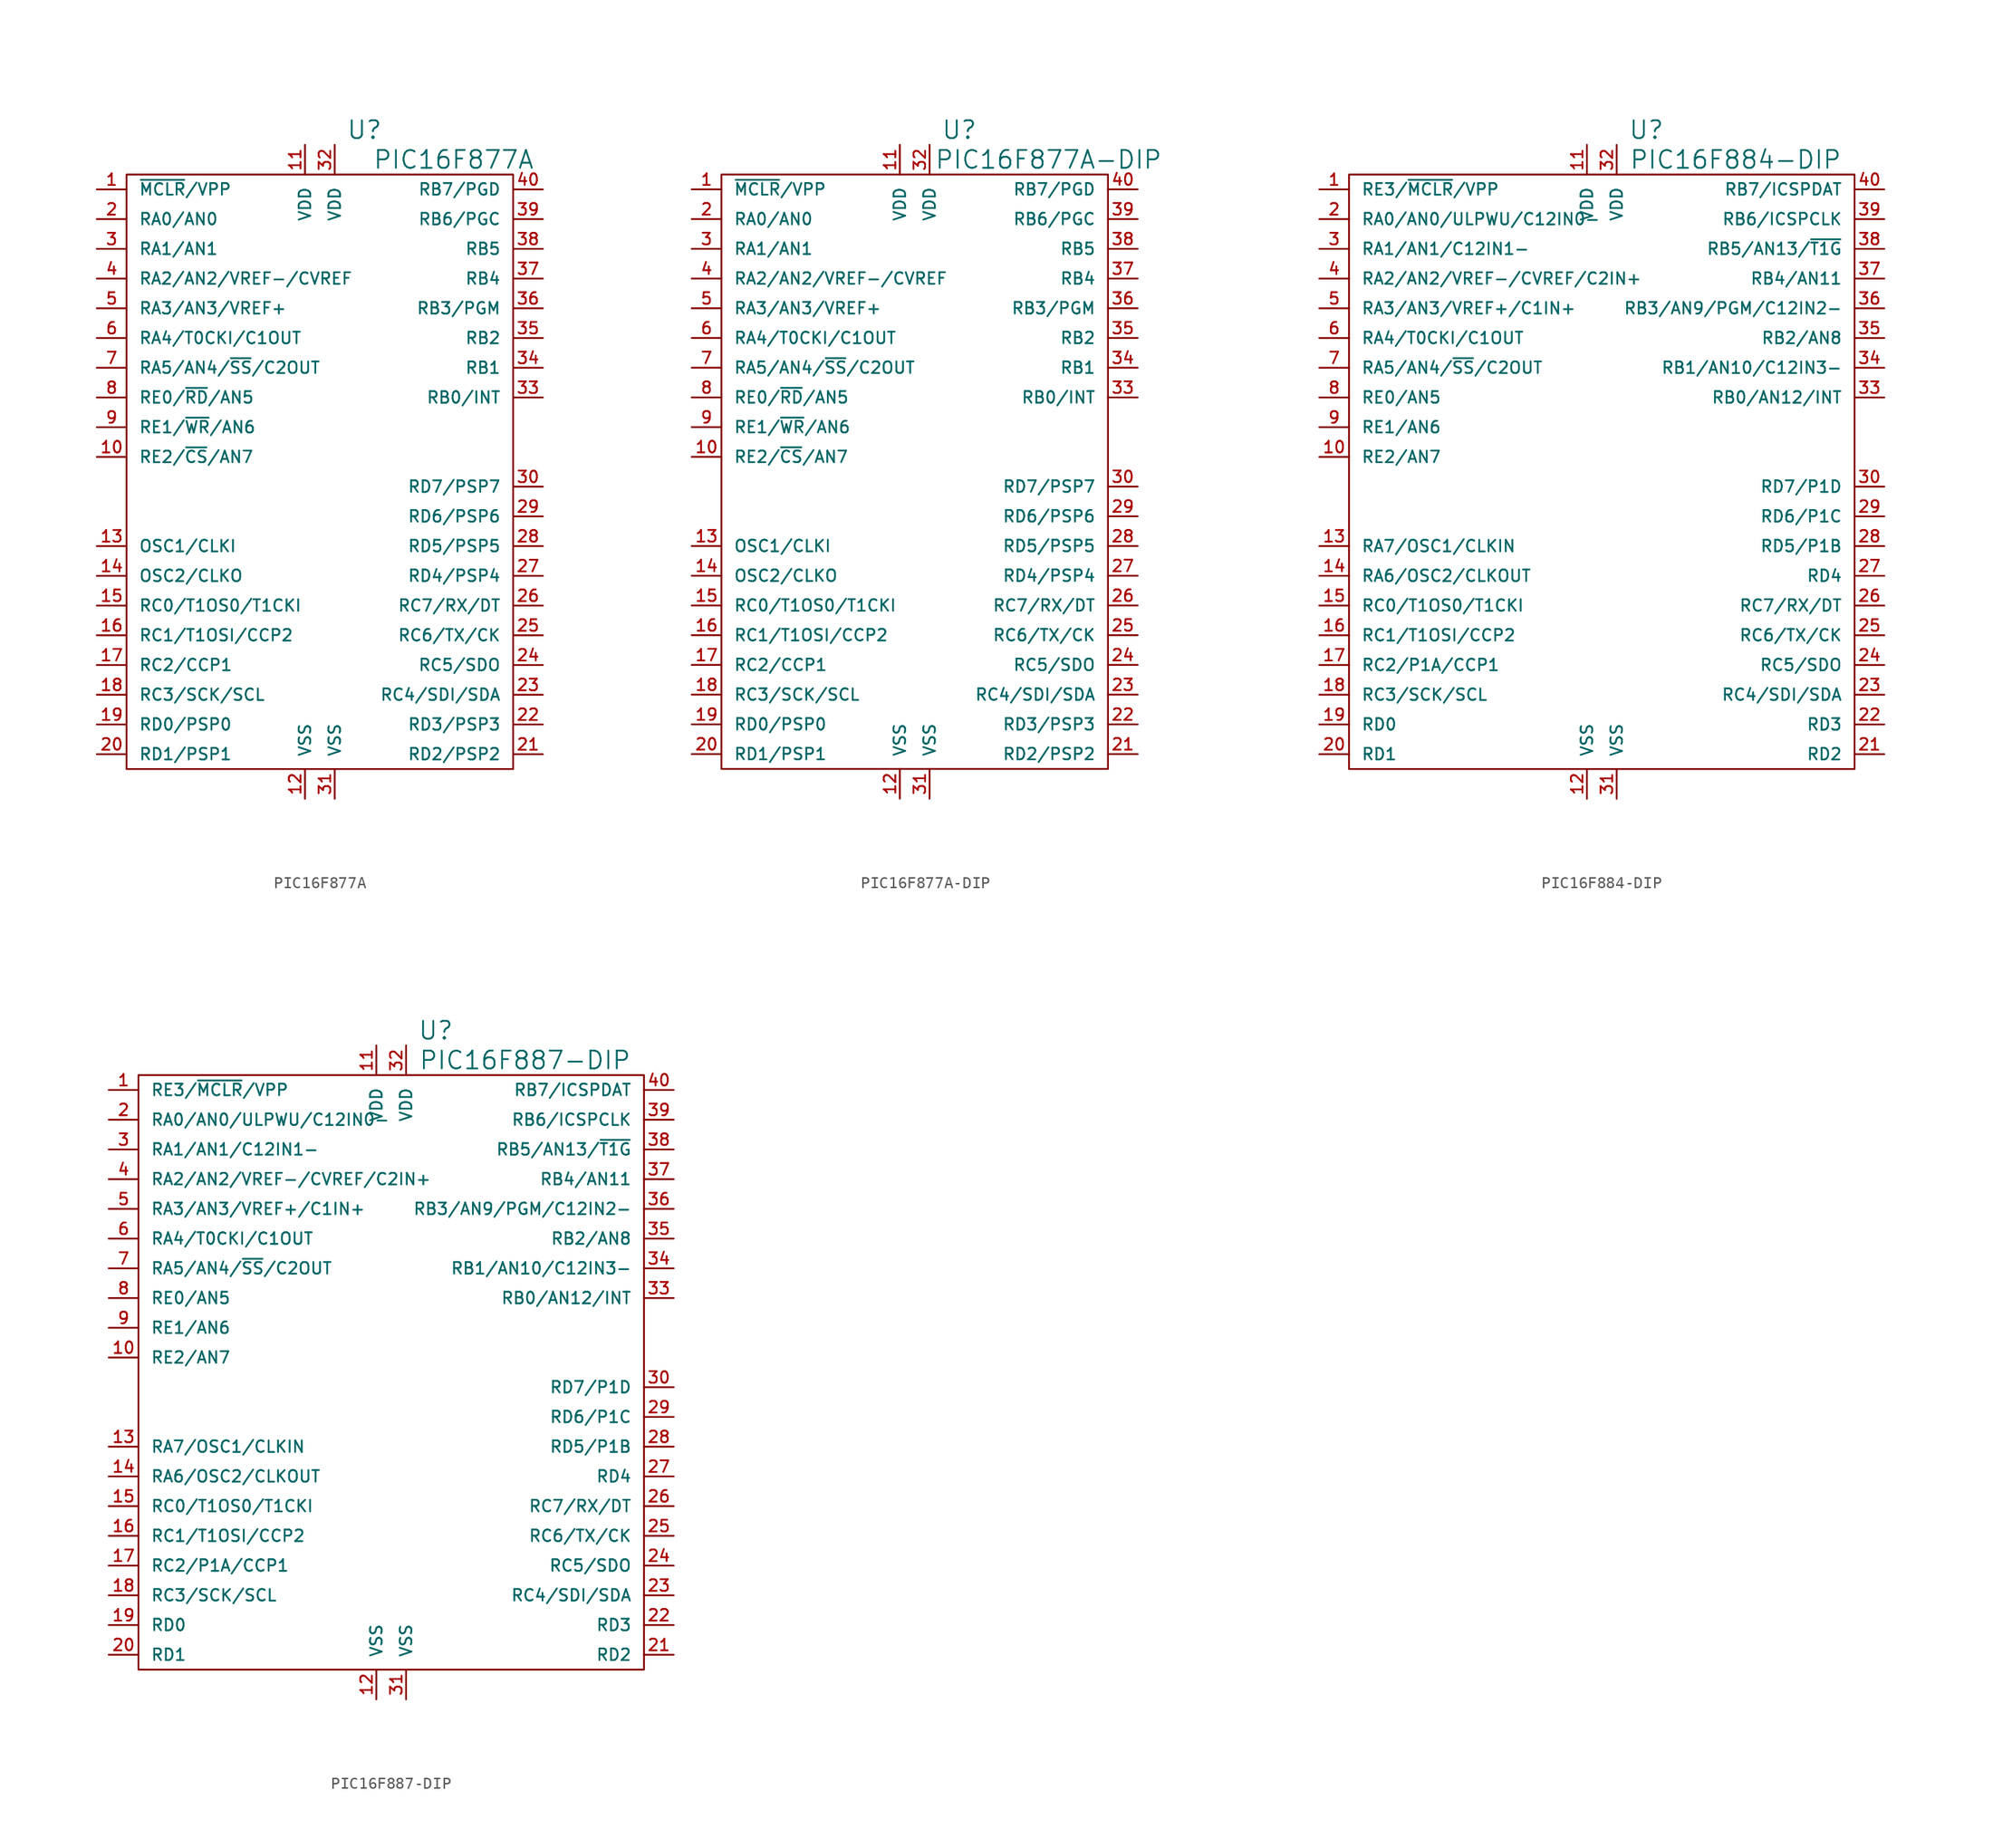
<source format=kicad_sym>
(kicad_symbol_lib
  (version 20220914)
  (generator kicad_symbol_editor)
  (symbol "PIC16F877A"
    (pin_names
      (offset 1.016))
    (property "Reference" "U"
      (at 3.81 29.21 0)
      (effects (font (size 1.524 1.524))))
    (property "Value" "PIC16F877A"
      (at 11.43 26.67 0)
      (effects (font (size 1.524 1.524))))
    (property "Footprint" ""
      (at 0 0 0)
      (effects (font (size 1.524 1.524))))
    (property "Datasheet" ""
      (at 0 0 0)
      (effects (font (size 1.524 1.524))))
    (symbol "PIC16F877A_0_1"
      (rectangle (start -16.51 25.4) (end 16.51 -25.4) (stroke (width 0) (type solid)) (fill (type none))))
    (symbol "PIC16F877A_1_1"
      (pin passive line (at -19.05 24.13 0) (length 2.54) (name "~{MCLR}/VPP" (effects (font (size 0.991 0.991)))) (number "1" (effects (font (size 0.991 0.991)))))
      (pin passive line (at -19.05 1.27 0) (length 2.54) (name "RE2/~{CS}/AN7" (effects (font (size 0.991 0.991)))) (number "10" (effects (font (size 0.991 0.991)))))
      (pin passive line (at -1.27 27.94 270) (length 2.54) (name "VDD" (effects (font (size 0.991 0.991)))) (number "11" (effects (font (size 0.991 0.991)))))
      (pin passive line (at -1.27 -27.94 90) (length 2.54) (name "VSS" (effects (font (size 0.991 0.991)))) (number "12" (effects (font (size 0.991 0.991)))))
      (pin passive line (at -19.05 -6.35 0) (length 2.54) (name "OSC1/CLKI" (effects (font (size 0.991 0.991)))) (number "13" (effects (font (size 0.991 0.991)))))
      (pin passive line (at -19.05 -8.89 0) (length 2.54) (name "OSC2/CLKO" (effects (font (size 0.991 0.991)))) (number "14" (effects (font (size 0.991 0.991)))))
      (pin passive line (at -19.05 -11.43 0) (length 2.54) (name "RC0/T1OS0/T1CKI" (effects (font (size 0.991 0.991)))) (number "15" (effects (font (size 0.991 0.991)))))
      (pin passive line (at -19.05 -13.97 0) (length 2.54) (name "RC1/T1OSI/CCP2" (effects (font (size 0.991 0.991)))) (number "16" (effects (font (size 0.991 0.991)))))
      (pin passive line (at -19.05 -16.51 0) (length 2.54) (name "RC2/CCP1" (effects (font (size 0.991 0.991)))) (number "17" (effects (font (size 0.991 0.991)))))
      (pin passive line (at -19.05 -19.05 0) (length 2.54) (name "RC3/SCK/SCL" (effects (font (size 0.991 0.991)))) (number "18" (effects (font (size 0.991 0.991)))))
      (pin passive line (at -19.05 -21.59 0) (length 2.54) (name "RD0/PSP0" (effects (font (size 0.991 0.991)))) (number "19" (effects (font (size 0.991 0.991)))))
      (pin passive line (at -19.05 21.59 0) (length 2.54) (name "RA0/AN0" (effects (font (size 0.991 0.991)))) (number "2" (effects (font (size 0.991 0.991)))))
      (pin passive line (at -19.05 -24.13 0) (length 2.54) (name "RD1/PSP1" (effects (font (size 0.991 0.991)))) (number "20" (effects (font (size 0.991 0.991)))))
      (pin passive line (at 19.05 -24.13 180) (length 2.54) (name "RD2/PSP2" (effects (font (size 0.991 0.991)))) (number "21" (effects (font (size 0.991 0.991)))))
      (pin passive line (at 19.05 -21.59 180) (length 2.54) (name "RD3/PSP3" (effects (font (size 0.991 0.991)))) (number "22" (effects (font (size 0.991 0.991)))))
      (pin passive line (at 19.05 -19.05 180) (length 2.54) (name "RC4/SDI/SDA" (effects (font (size 0.991 0.991)))) (number "23" (effects (font (size 0.991 0.991)))))
      (pin passive line (at 19.05 -16.51 180) (length 2.54) (name "RC5/SDO" (effects (font (size 0.991 0.991)))) (number "24" (effects (font (size 0.991 0.991)))))
      (pin passive line (at 19.05 -13.97 180) (length 2.54) (name "RC6/TX/CK" (effects (font (size 0.991 0.991)))) (number "25" (effects (font (size 0.991 0.991)))))
      (pin passive line (at 19.05 -11.43 180) (length 2.54) (name "RC7/RX/DT" (effects (font (size 0.991 0.991)))) (number "26" (effects (font (size 0.991 0.991)))))
      (pin passive line (at 19.05 -8.89 180) (length 2.54) (name "RD4/PSP4" (effects (font (size 0.991 0.991)))) (number "27" (effects (font (size 0.991 0.991)))))
      (pin passive line (at 19.05 -6.35 180) (length 2.54) (name "RD5/PSP5" (effects (font (size 0.991 0.991)))) (number "28" (effects (font (size 0.991 0.991)))))
      (pin passive line (at 19.05 -3.81 180) (length 2.54) (name "RD6/PSP6" (effects (font (size 0.991 0.991)))) (number "29" (effects (font (size 0.991 0.991)))))
      (pin passive line (at -19.05 19.05 0) (length 2.54) (name "RA1/AN1" (effects (font (size 0.991 0.991)))) (number "3" (effects (font (size 0.991 0.991)))))
      (pin passive line (at 19.05 -1.27 180) (length 2.54) (name "RD7/PSP7" (effects (font (size 0.991 0.991)))) (number "30" (effects (font (size 0.991 0.991)))))
      (pin passive line (at 1.27 -27.94 90) (length 2.54) (name "VSS" (effects (font (size 0.991 0.991)))) (number "31" (effects (font (size 0.991 0.991)))))
      (pin passive line (at 1.27 27.94 270) (length 2.54) (name "VDD" (effects (font (size 0.991 0.991)))) (number "32" (effects (font (size 0.991 0.991)))))
      (pin passive line (at 19.05 6.35 180) (length 2.54) (name "RB0/INT" (effects (font (size 0.991 0.991)))) (number "33" (effects (font (size 0.991 0.991)))))
      (pin passive line (at 19.05 8.89 180) (length 2.54) (name "RB1" (effects (font (size 0.991 0.991)))) (number "34" (effects (font (size 0.991 0.991)))))
      (pin passive line (at 19.05 11.43 180) (length 2.54) (name "RB2" (effects (font (size 0.991 0.991)))) (number "35" (effects (font (size 0.991 0.991)))))
      (pin passive line (at 19.05 13.97 180) (length 2.54) (name "RB3/PGM" (effects (font (size 0.991 0.991)))) (number "36" (effects (font (size 0.991 0.991)))))
      (pin passive line (at 19.05 16.51 180) (length 2.54) (name "RB4" (effects (font (size 0.991 0.991)))) (number "37" (effects (font (size 0.991 0.991)))))
      (pin passive line (at 19.05 19.05 180) (length 2.54) (name "RB5" (effects (font (size 0.991 0.991)))) (number "38" (effects (font (size 0.991 0.991)))))
      (pin passive line (at 19.05 21.59 180) (length 2.54) (name "RB6/PGC" (effects (font (size 0.991 0.991)))) (number "39" (effects (font (size 0.991 0.991)))))
      (pin passive line (at -19.05 16.51 0) (length 2.54) (name "RA2/AN2/VREF-/CVREF" (effects (font (size 0.991 0.991)))) (number "4" (effects (font (size 0.991 0.991)))))
      (pin passive line (at 19.05 24.13 180) (length 2.54) (name "RB7/PGD" (effects (font (size 0.991 0.991)))) (number "40" (effects (font (size 0.991 0.991)))))
      (pin passive line (at -19.05 13.97 0) (length 2.54) (name "RA3/AN3/VREF+" (effects (font (size 0.991 0.991)))) (number "5" (effects (font (size 0.991 0.991)))))
      (pin passive line (at -19.05 11.43 0) (length 2.54) (name "RA4/T0CKI/C1OUT" (effects (font (size 0.991 0.991)))) (number "6" (effects (font (size 0.991 0.991)))))
      (pin passive line (at -19.05 8.89 0) (length 2.54) (name "RA5/AN4/~{SS}/C2OUT" (effects (font (size 0.991 0.991)))) (number "7" (effects (font (size 0.991 0.991)))))
      (pin passive line (at -19.05 6.35 0) (length 2.54) (name "RE0/~{RD}/AN5" (effects (font (size 0.991 0.991)))) (number "8" (effects (font (size 0.991 0.991)))))
      (pin passive line (at -19.05 3.81 0) (length 2.54) (name "RE1/~{WR}/AN6" (effects (font (size 0.991 0.991)))) (number "9" (effects (font (size 0.991 0.991)))))))
  (symbol "PIC16F877A-DIP"
    (pin_names
      (offset 1.016))
    (property "Reference" "U"
      (at 3.81 29.21 0)
      (effects (font (size 1.524 1.524))))
    (property "Value" "PIC16F877A-DIP"
      (at 11.43 26.67 0)
      (effects (font (size 1.524 1.524))))
    (property "Footprint" ""
      (at 0 0 0)
      (effects (font (size 1.524 1.524))))
    (property "Datasheet" ""
      (at 0 0 0)
      (effects (font (size 1.524 1.524))))
    (symbol "PIC16F877A-DIP_0_1"
      (rectangle (start -16.51 25.4) (end 16.51 -25.4) (stroke (width 0) (type solid)) (fill (type none))))
    (symbol "PIC16F877A-DIP_1_1"
      (pin passive line (at -19.05 24.13 0) (length 2.54) (name "~{MCLR}/VPP" (effects (font (size 0.991 0.991)))) (number "1" (effects (font (size 0.991 0.991)))))
      (pin passive line (at -19.05 1.27 0) (length 2.54) (name "RE2/~{CS}/AN7" (effects (font (size 0.991 0.991)))) (number "10" (effects (font (size 0.991 0.991)))))
      (pin passive line (at -1.27 27.94 270) (length 2.54) (name "VDD" (effects (font (size 0.991 0.991)))) (number "11" (effects (font (size 0.991 0.991)))))
      (pin passive line (at -1.27 -27.94 90) (length 2.54) (name "VSS" (effects (font (size 0.991 0.991)))) (number "12" (effects (font (size 0.991 0.991)))))
      (pin passive line (at -19.05 -6.35 0) (length 2.54) (name "OSC1/CLKI" (effects (font (size 0.991 0.991)))) (number "13" (effects (font (size 0.991 0.991)))))
      (pin passive line (at -19.05 -8.89 0) (length 2.54) (name "OSC2/CLKO" (effects (font (size 0.991 0.991)))) (number "14" (effects (font (size 0.991 0.991)))))
      (pin passive line (at -19.05 -11.43 0) (length 2.54) (name "RC0/T1OS0/T1CKI" (effects (font (size 0.991 0.991)))) (number "15" (effects (font (size 0.991 0.991)))))
      (pin passive line (at -19.05 -13.97 0) (length 2.54) (name "RC1/T1OSI/CCP2" (effects (font (size 0.991 0.991)))) (number "16" (effects (font (size 0.991 0.991)))))
      (pin passive line (at -19.05 -16.51 0) (length 2.54) (name "RC2/CCP1" (effects (font (size 0.991 0.991)))) (number "17" (effects (font (size 0.991 0.991)))))
      (pin passive line (at -19.05 -19.05 0) (length 2.54) (name "RC3/SCK/SCL" (effects (font (size 0.991 0.991)))) (number "18" (effects (font (size 0.991 0.991)))))
      (pin passive line (at -19.05 -21.59 0) (length 2.54) (name "RD0/PSP0" (effects (font (size 0.991 0.991)))) (number "19" (effects (font (size 0.991 0.991)))))
      (pin passive line (at -19.05 21.59 0) (length 2.54) (name "RA0/AN0" (effects (font (size 0.991 0.991)))) (number "2" (effects (font (size 0.991 0.991)))))
      (pin passive line (at -19.05 -24.13 0) (length 2.54) (name "RD1/PSP1" (effects (font (size 0.991 0.991)))) (number "20" (effects (font (size 0.991 0.991)))))
      (pin passive line (at 19.05 -24.13 180) (length 2.54) (name "RD2/PSP2" (effects (font (size 0.991 0.991)))) (number "21" (effects (font (size 0.991 0.991)))))
      (pin passive line (at 19.05 -21.59 180) (length 2.54) (name "RD3/PSP3" (effects (font (size 0.991 0.991)))) (number "22" (effects (font (size 0.991 0.991)))))
      (pin passive line (at 19.05 -19.05 180) (length 2.54) (name "RC4/SDI/SDA" (effects (font (size 0.991 0.991)))) (number "23" (effects (font (size 0.991 0.991)))))
      (pin passive line (at 19.05 -16.51 180) (length 2.54) (name "RC5/SDO" (effects (font (size 0.991 0.991)))) (number "24" (effects (font (size 0.991 0.991)))))
      (pin passive line (at 19.05 -13.97 180) (length 2.54) (name "RC6/TX/CK" (effects (font (size 0.991 0.991)))) (number "25" (effects (font (size 0.991 0.991)))))
      (pin passive line (at 19.05 -11.43 180) (length 2.54) (name "RC7/RX/DT" (effects (font (size 0.991 0.991)))) (number "26" (effects (font (size 0.991 0.991)))))
      (pin passive line (at 19.05 -8.89 180) (length 2.54) (name "RD4/PSP4" (effects (font (size 0.991 0.991)))) (number "27" (effects (font (size 0.991 0.991)))))
      (pin passive line (at 19.05 -6.35 180) (length 2.54) (name "RD5/PSP5" (effects (font (size 0.991 0.991)))) (number "28" (effects (font (size 0.991 0.991)))))
      (pin passive line (at 19.05 -3.81 180) (length 2.54) (name "RD6/PSP6" (effects (font (size 0.991 0.991)))) (number "29" (effects (font (size 0.991 0.991)))))
      (pin passive line (at -19.05 19.05 0) (length 2.54) (name "RA1/AN1" (effects (font (size 0.991 0.991)))) (number "3" (effects (font (size 0.991 0.991)))))
      (pin passive line (at 19.05 -1.27 180) (length 2.54) (name "RD7/PSP7" (effects (font (size 0.991 0.991)))) (number "30" (effects (font (size 0.991 0.991)))))
      (pin passive line (at 1.27 -27.94 90) (length 2.54) (name "VSS" (effects (font (size 0.991 0.991)))) (number "31" (effects (font (size 0.991 0.991)))))
      (pin passive line (at 1.27 27.94 270) (length 2.54) (name "VDD" (effects (font (size 0.991 0.991)))) (number "32" (effects (font (size 0.991 0.991)))))
      (pin passive line (at 19.05 6.35 180) (length 2.54) (name "RB0/INT" (effects (font (size 0.991 0.991)))) (number "33" (effects (font (size 0.991 0.991)))))
      (pin passive line (at 19.05 8.89 180) (length 2.54) (name "RB1" (effects (font (size 0.991 0.991)))) (number "34" (effects (font (size 0.991 0.991)))))
      (pin passive line (at 19.05 11.43 180) (length 2.54) (name "RB2" (effects (font (size 0.991 0.991)))) (number "35" (effects (font (size 0.991 0.991)))))
      (pin passive line (at 19.05 13.97 180) (length 2.54) (name "RB3/PGM" (effects (font (size 0.991 0.991)))) (number "36" (effects (font (size 0.991 0.991)))))
      (pin passive line (at 19.05 16.51 180) (length 2.54) (name "RB4" (effects (font (size 0.991 0.991)))) (number "37" (effects (font (size 0.991 0.991)))))
      (pin passive line (at 19.05 19.05 180) (length 2.54) (name "RB5" (effects (font (size 0.991 0.991)))) (number "38" (effects (font (size 0.991 0.991)))))
      (pin passive line (at 19.05 21.59 180) (length 2.54) (name "RB6/PGC" (effects (font (size 0.991 0.991)))) (number "39" (effects (font (size 0.991 0.991)))))
      (pin passive line (at -19.05 16.51 0) (length 2.54) (name "RA2/AN2/VREF-/CVREF" (effects (font (size 0.991 0.991)))) (number "4" (effects (font (size 0.991 0.991)))))
      (pin passive line (at 19.05 24.13 180) (length 2.54) (name "RB7/PGD" (effects (font (size 0.991 0.991)))) (number "40" (effects (font (size 0.991 0.991)))))
      (pin passive line (at -19.05 13.97 0) (length 2.54) (name "RA3/AN3/VREF+" (effects (font (size 0.991 0.991)))) (number "5" (effects (font (size 0.991 0.991)))))
      (pin passive line (at -19.05 11.43 0) (length 2.54) (name "RA4/T0CKI/C1OUT" (effects (font (size 0.991 0.991)))) (number "6" (effects (font (size 0.991 0.991)))))
      (pin passive line (at -19.05 8.89 0) (length 2.54) (name "RA5/AN4/~{SS}/C2OUT" (effects (font (size 0.991 0.991)))) (number "7" (effects (font (size 0.991 0.991)))))
      (pin passive line (at -19.05 6.35 0) (length 2.54) (name "RE0/~{RD}/AN5" (effects (font (size 0.991 0.991)))) (number "8" (effects (font (size 0.991 0.991)))))
      (pin passive line (at -19.05 3.81 0) (length 2.54) (name "RE1/~{WR}/AN6" (effects (font (size 0.991 0.991)))) (number "9" (effects (font (size 0.991 0.991)))))))
  (symbol "PIC16F884-DIP"
    (pin_names
      (offset 1.016))
    (property "Reference" "U"
      (at 3.81 29.21 0)
      (effects (font (size 1.524 1.524))))
    (property "Value" "PIC16F884-DIP"
      (at 11.43 26.67 0)
      (effects (font (size 1.524 1.524))))
    (property "Footprint" ""
      (at 0 0 0)
      (effects (font (size 1.524 1.524))))
    (property "Datasheet" ""
      (at 0 0 0)
      (effects (font (size 1.524 1.524))))
    (symbol "PIC16F884-DIP_0_1"
      (rectangle (start -21.59 25.4) (end 21.59 -25.4) (stroke (width 0) (type solid)) (fill (type none))))
    (symbol "PIC16F884-DIP_1_1"
      (pin passive line (at -24.13 24.13 0) (length 2.54) (name "RE3/~{MCLR}/VPP" (effects (font (size 0.991 0.991)))) (number "1" (effects (font (size 0.991 0.991)))))
      (pin passive line (at -24.13 1.27 0) (length 2.54) (name "RE2/AN7" (effects (font (size 0.991 0.991)))) (number "10" (effects (font (size 0.991 0.991)))))
      (pin passive line (at -1.27 27.94 270) (length 2.54) (name "VDD" (effects (font (size 0.991 0.991)))) (number "11" (effects (font (size 0.991 0.991)))))
      (pin passive line (at -1.27 -27.94 90) (length 2.54) (name "VSS" (effects (font (size 0.991 0.991)))) (number "12" (effects (font (size 0.991 0.991)))))
      (pin passive line (at -24.13 -6.35 0) (length 2.54) (name "RA7/OSC1/CLKIN" (effects (font (size 0.991 0.991)))) (number "13" (effects (font (size 0.991 0.991)))))
      (pin passive line (at -24.13 -8.89 0) (length 2.54) (name "RA6/OSC2/CLKOUT" (effects (font (size 0.991 0.991)))) (number "14" (effects (font (size 0.991 0.991)))))
      (pin passive line (at -24.13 -11.43 0) (length 2.54) (name "RC0/T1OS0/T1CKI" (effects (font (size 0.991 0.991)))) (number "15" (effects (font (size 0.991 0.991)))))
      (pin passive line (at -24.13 -13.97 0) (length 2.54) (name "RC1/T1OSI/CCP2" (effects (font (size 0.991 0.991)))) (number "16" (effects (font (size 0.991 0.991)))))
      (pin passive line (at -24.13 -16.51 0) (length 2.54) (name "RC2/P1A/CCP1" (effects (font (size 0.991 0.991)))) (number "17" (effects (font (size 0.991 0.991)))))
      (pin passive line (at -24.13 -19.05 0) (length 2.54) (name "RC3/SCK/SCL" (effects (font (size 0.991 0.991)))) (number "18" (effects (font (size 0.991 0.991)))))
      (pin passive line (at -24.13 -21.59 0) (length 2.54) (name "RD0" (effects (font (size 0.991 0.991)))) (number "19" (effects (font (size 0.991 0.991)))))
      (pin passive line (at -24.13 21.59 0) (length 2.54) (name "RA0/AN0/ULPWU/C12IN0-" (effects (font (size 0.991 0.991)))) (number "2" (effects (font (size 0.991 0.991)))))
      (pin passive line (at -24.13 -24.13 0) (length 2.54) (name "RD1" (effects (font (size 0.991 0.991)))) (number "20" (effects (font (size 0.991 0.991)))))
      (pin passive line (at 24.13 -24.13 180) (length 2.54) (name "RD2" (effects (font (size 0.991 0.991)))) (number "21" (effects (font (size 0.991 0.991)))))
      (pin passive line (at 24.13 -21.59 180) (length 2.54) (name "RD3" (effects (font (size 0.991 0.991)))) (number "22" (effects (font (size 0.991 0.991)))))
      (pin passive line (at 24.13 -19.05 180) (length 2.54) (name "RC4/SDI/SDA" (effects (font (size 0.991 0.991)))) (number "23" (effects (font (size 0.991 0.991)))))
      (pin passive line (at 24.13 -16.51 180) (length 2.54) (name "RC5/SDO" (effects (font (size 0.991 0.991)))) (number "24" (effects (font (size 0.991 0.991)))))
      (pin passive line (at 24.13 -13.97 180) (length 2.54) (name "RC6/TX/CK" (effects (font (size 0.991 0.991)))) (number "25" (effects (font (size 0.991 0.991)))))
      (pin passive line (at 24.13 -11.43 180) (length 2.54) (name "RC7/RX/DT" (effects (font (size 0.991 0.991)))) (number "26" (effects (font (size 0.991 0.991)))))
      (pin passive line (at 24.13 -8.89 180) (length 2.54) (name "RD4" (effects (font (size 0.991 0.991)))) (number "27" (effects (font (size 0.991 0.991)))))
      (pin passive line (at 24.13 -6.35 180) (length 2.54) (name "RD5/P1B" (effects (font (size 0.991 0.991)))) (number "28" (effects (font (size 0.991 0.991)))))
      (pin passive line (at 24.13 -3.81 180) (length 2.54) (name "RD6/P1C" (effects (font (size 0.991 0.991)))) (number "29" (effects (font (size 0.991 0.991)))))
      (pin passive line (at -24.13 19.05 0) (length 2.54) (name "RA1/AN1/C12IN1-" (effects (font (size 0.991 0.991)))) (number "3" (effects (font (size 0.991 0.991)))))
      (pin passive line (at 24.13 -1.27 180) (length 2.54) (name "RD7/P1D" (effects (font (size 0.991 0.991)))) (number "30" (effects (font (size 0.991 0.991)))))
      (pin passive line (at 1.27 -27.94 90) (length 2.54) (name "VSS" (effects (font (size 0.991 0.991)))) (number "31" (effects (font (size 0.991 0.991)))))
      (pin passive line (at 1.27 27.94 270) (length 2.54) (name "VDD" (effects (font (size 0.991 0.991)))) (number "32" (effects (font (size 0.991 0.991)))))
      (pin passive line (at 24.13 6.35 180) (length 2.54) (name "RB0/AN12/INT" (effects (font (size 0.991 0.991)))) (number "33" (effects (font (size 0.991 0.991)))))
      (pin passive line (at 24.13 8.89 180) (length 2.54) (name "RB1/AN10/C12IN3-" (effects (font (size 0.991 0.991)))) (number "34" (effects (font (size 0.991 0.991)))))
      (pin passive line (at 24.13 11.43 180) (length 2.54) (name "RB2/AN8" (effects (font (size 0.991 0.991)))) (number "35" (effects (font (size 0.991 0.991)))))
      (pin passive line (at 24.13 13.97 180) (length 2.54) (name "RB3/AN9/PGM/C12IN2-" (effects (font (size 0.991 0.991)))) (number "36" (effects (font (size 0.991 0.991)))))
      (pin passive line (at 24.13 16.51 180) (length 2.54) (name "RB4/AN11" (effects (font (size 0.991 0.991)))) (number "37" (effects (font (size 0.991 0.991)))))
      (pin passive line (at 24.13 19.05 180) (length 2.54) (name "RB5/AN13/~{T1G}" (effects (font (size 0.991 0.991)))) (number "38" (effects (font (size 0.991 0.991)))))
      (pin passive line (at 24.13 21.59 180) (length 2.54) (name "RB6/ICSPCLK" (effects (font (size 0.991 0.991)))) (number "39" (effects (font (size 0.991 0.991)))))
      (pin passive line (at -24.13 16.51 0) (length 2.54) (name "RA2/AN2/VREF-/CVREF/C2IN+" (effects (font (size 0.991 0.991)))) (number "4" (effects (font (size 0.991 0.991)))))
      (pin passive line (at 24.13 24.13 180) (length 2.54) (name "RB7/ICSPDAT" (effects (font (size 0.991 0.991)))) (number "40" (effects (font (size 0.991 0.991)))))
      (pin passive line (at -24.13 13.97 0) (length 2.54) (name "RA3/AN3/VREF+/C1IN+" (effects (font (size 0.991 0.991)))) (number "5" (effects (font (size 0.991 0.991)))))
      (pin passive line (at -24.13 11.43 0) (length 2.54) (name "RA4/T0CKI/C1OUT" (effects (font (size 0.991 0.991)))) (number "6" (effects (font (size 0.991 0.991)))))
      (pin passive line (at -24.13 8.89 0) (length 2.54) (name "RA5/AN4/~{SS}/C2OUT" (effects (font (size 0.991 0.991)))) (number "7" (effects (font (size 0.991 0.991)))))
      (pin passive line (at -24.13 6.35 0) (length 2.54) (name "RE0/AN5" (effects (font (size 0.991 0.991)))) (number "8" (effects (font (size 0.991 0.991)))))
      (pin passive line (at -24.13 3.81 0) (length 2.54) (name "RE1/AN6" (effects (font (size 0.991 0.991)))) (number "9" (effects (font (size 0.991 0.991)))))))
  (symbol "PIC16F887-DIP"
    (pin_names
      (offset 1.016))
    (property "Reference" "U"
      (at 3.81 29.21 0)
      (effects (font (size 1.524 1.524))))
    (property "Value" "PIC16F887-DIP"
      (at 11.43 26.67 0)
      (effects (font (size 1.524 1.524))))
    (property "Footprint" ""
      (at 0 0 0)
      (effects (font (size 1.524 1.524))))
    (property "Datasheet" ""
      (at 0 0 0)
      (effects (font (size 1.524 1.524))))
    (symbol "PIC16F887-DIP_0_1"
      (rectangle (start -21.59 25.4) (end 21.59 -25.4) (stroke (width 0) (type solid)) (fill (type none))))
    (symbol "PIC16F887-DIP_1_1"
      (pin passive line (at -24.13 24.13 0) (length 2.54) (name "RE3/~{MCLR}/VPP" (effects (font (size 0.991 0.991)))) (number "1" (effects (font (size 0.991 0.991)))))
      (pin passive line (at -24.13 1.27 0) (length 2.54) (name "RE2/AN7" (effects (font (size 0.991 0.991)))) (number "10" (effects (font (size 0.991 0.991)))))
      (pin passive line (at -1.27 27.94 270) (length 2.54) (name "VDD" (effects (font (size 0.991 0.991)))) (number "11" (effects (font (size 0.991 0.991)))))
      (pin passive line (at -1.27 -27.94 90) (length 2.54) (name "VSS" (effects (font (size 0.991 0.991)))) (number "12" (effects (font (size 0.991 0.991)))))
      (pin passive line (at -24.13 -6.35 0) (length 2.54) (name "RA7/OSC1/CLKIN" (effects (font (size 0.991 0.991)))) (number "13" (effects (font (size 0.991 0.991)))))
      (pin passive line (at -24.13 -8.89 0) (length 2.54) (name "RA6/OSC2/CLKOUT" (effects (font (size 0.991 0.991)))) (number "14" (effects (font (size 0.991 0.991)))))
      (pin passive line (at -24.13 -11.43 0) (length 2.54) (name "RC0/T1OS0/T1CKI" (effects (font (size 0.991 0.991)))) (number "15" (effects (font (size 0.991 0.991)))))
      (pin passive line (at -24.13 -13.97 0) (length 2.54) (name "RC1/T1OSI/CCP2" (effects (font (size 0.991 0.991)))) (number "16" (effects (font (size 0.991 0.991)))))
      (pin passive line (at -24.13 -16.51 0) (length 2.54) (name "RC2/P1A/CCP1" (effects (font (size 0.991 0.991)))) (number "17" (effects (font (size 0.991 0.991)))))
      (pin passive line (at -24.13 -19.05 0) (length 2.54) (name "RC3/SCK/SCL" (effects (font (size 0.991 0.991)))) (number "18" (effects (font (size 0.991 0.991)))))
      (pin passive line (at -24.13 -21.59 0) (length 2.54) (name "RD0" (effects (font (size 0.991 0.991)))) (number "19" (effects (font (size 0.991 0.991)))))
      (pin passive line (at -24.13 21.59 0) (length 2.54) (name "RA0/AN0/ULPWU/C12IN0-" (effects (font (size 0.991 0.991)))) (number "2" (effects (font (size 0.991 0.991)))))
      (pin passive line (at -24.13 -24.13 0) (length 2.54) (name "RD1" (effects (font (size 0.991 0.991)))) (number "20" (effects (font (size 0.991 0.991)))))
      (pin passive line (at 24.13 -24.13 180) (length 2.54) (name "RD2" (effects (font (size 0.991 0.991)))) (number "21" (effects (font (size 0.991 0.991)))))
      (pin passive line (at 24.13 -21.59 180) (length 2.54) (name "RD3" (effects (font (size 0.991 0.991)))) (number "22" (effects (font (size 0.991 0.991)))))
      (pin passive line (at 24.13 -19.05 180) (length 2.54) (name "RC4/SDI/SDA" (effects (font (size 0.991 0.991)))) (number "23" (effects (font (size 0.991 0.991)))))
      (pin passive line (at 24.13 -16.51 180) (length 2.54) (name "RC5/SDO" (effects (font (size 0.991 0.991)))) (number "24" (effects (font (size 0.991 0.991)))))
      (pin passive line (at 24.13 -13.97 180) (length 2.54) (name "RC6/TX/CK" (effects (font (size 0.991 0.991)))) (number "25" (effects (font (size 0.991 0.991)))))
      (pin passive line (at 24.13 -11.43 180) (length 2.54) (name "RC7/RX/DT" (effects (font (size 0.991 0.991)))) (number "26" (effects (font (size 0.991 0.991)))))
      (pin passive line (at 24.13 -8.89 180) (length 2.54) (name "RD4" (effects (font (size 0.991 0.991)))) (number "27" (effects (font (size 0.991 0.991)))))
      (pin passive line (at 24.13 -6.35 180) (length 2.54) (name "RD5/P1B" (effects (font (size 0.991 0.991)))) (number "28" (effects (font (size 0.991 0.991)))))
      (pin passive line (at 24.13 -3.81 180) (length 2.54) (name "RD6/P1C" (effects (font (size 0.991 0.991)))) (number "29" (effects (font (size 0.991 0.991)))))
      (pin passive line (at -24.13 19.05 0) (length 2.54) (name "RA1/AN1/C12IN1-" (effects (font (size 0.991 0.991)))) (number "3" (effects (font (size 0.991 0.991)))))
      (pin passive line (at 24.13 -1.27 180) (length 2.54) (name "RD7/P1D" (effects (font (size 0.991 0.991)))) (number "30" (effects (font (size 0.991 0.991)))))
      (pin passive line (at 1.27 -27.94 90) (length 2.54) (name "VSS" (effects (font (size 0.991 0.991)))) (number "31" (effects (font (size 0.991 0.991)))))
      (pin passive line (at 1.27 27.94 270) (length 2.54) (name "VDD" (effects (font (size 0.991 0.991)))) (number "32" (effects (font (size 0.991 0.991)))))
      (pin passive line (at 24.13 6.35 180) (length 2.54) (name "RB0/AN12/INT" (effects (font (size 0.991 0.991)))) (number "33" (effects (font (size 0.991 0.991)))))
      (pin passive line (at 24.13 8.89 180) (length 2.54) (name "RB1/AN10/C12IN3-" (effects (font (size 0.991 0.991)))) (number "34" (effects (font (size 0.991 0.991)))))
      (pin passive line (at 24.13 11.43 180) (length 2.54) (name "RB2/AN8" (effects (font (size 0.991 0.991)))) (number "35" (effects (font (size 0.991 0.991)))))
      (pin passive line (at 24.13 13.97 180) (length 2.54) (name "RB3/AN9/PGM/C12IN2-" (effects (font (size 0.991 0.991)))) (number "36" (effects (font (size 0.991 0.991)))))
      (pin passive line (at 24.13 16.51 180) (length 2.54) (name "RB4/AN11" (effects (font (size 0.991 0.991)))) (number "37" (effects (font (size 0.991 0.991)))))
      (pin passive line (at 24.13 19.05 180) (length 2.54) (name "RB5/AN13/~{T1G}" (effects (font (size 0.991 0.991)))) (number "38" (effects (font (size 0.991 0.991)))))
      (pin passive line (at 24.13 21.59 180) (length 2.54) (name "RB6/ICSPCLK" (effects (font (size 0.991 0.991)))) (number "39" (effects (font (size 0.991 0.991)))))
      (pin passive line (at -24.13 16.51 0) (length 2.54) (name "RA2/AN2/VREF-/CVREF/C2IN+" (effects (font (size 0.991 0.991)))) (number "4" (effects (font (size 0.991 0.991)))))
      (pin passive line (at 24.13 24.13 180) (length 2.54) (name "RB7/ICSPDAT" (effects (font (size 0.991 0.991)))) (number "40" (effects (font (size 0.991 0.991)))))
      (pin passive line (at -24.13 13.97 0) (length 2.54) (name "RA3/AN3/VREF+/C1IN+" (effects (font (size 0.991 0.991)))) (number "5" (effects (font (size 0.991 0.991)))))
      (pin passive line (at -24.13 11.43 0) (length 2.54) (name "RA4/T0CKI/C1OUT" (effects (font (size 0.991 0.991)))) (number "6" (effects (font (size 0.991 0.991)))))
      (pin passive line (at -24.13 8.89 0) (length 2.54) (name "RA5/AN4/~{SS}/C2OUT" (effects (font (size 0.991 0.991)))) (number "7" (effects (font (size 0.991 0.991)))))
      (pin passive line (at -24.13 6.35 0) (length 2.54) (name "RE0/AN5" (effects (font (size 0.991 0.991)))) (number "8" (effects (font (size 0.991 0.991)))))
      (pin passive line (at -24.13 3.81 0) (length 2.54) (name "RE1/AN6" (effects (font (size 0.991 0.991)))) (number "9" (effects (font (size 0.991 0.991))))))))
</source>
